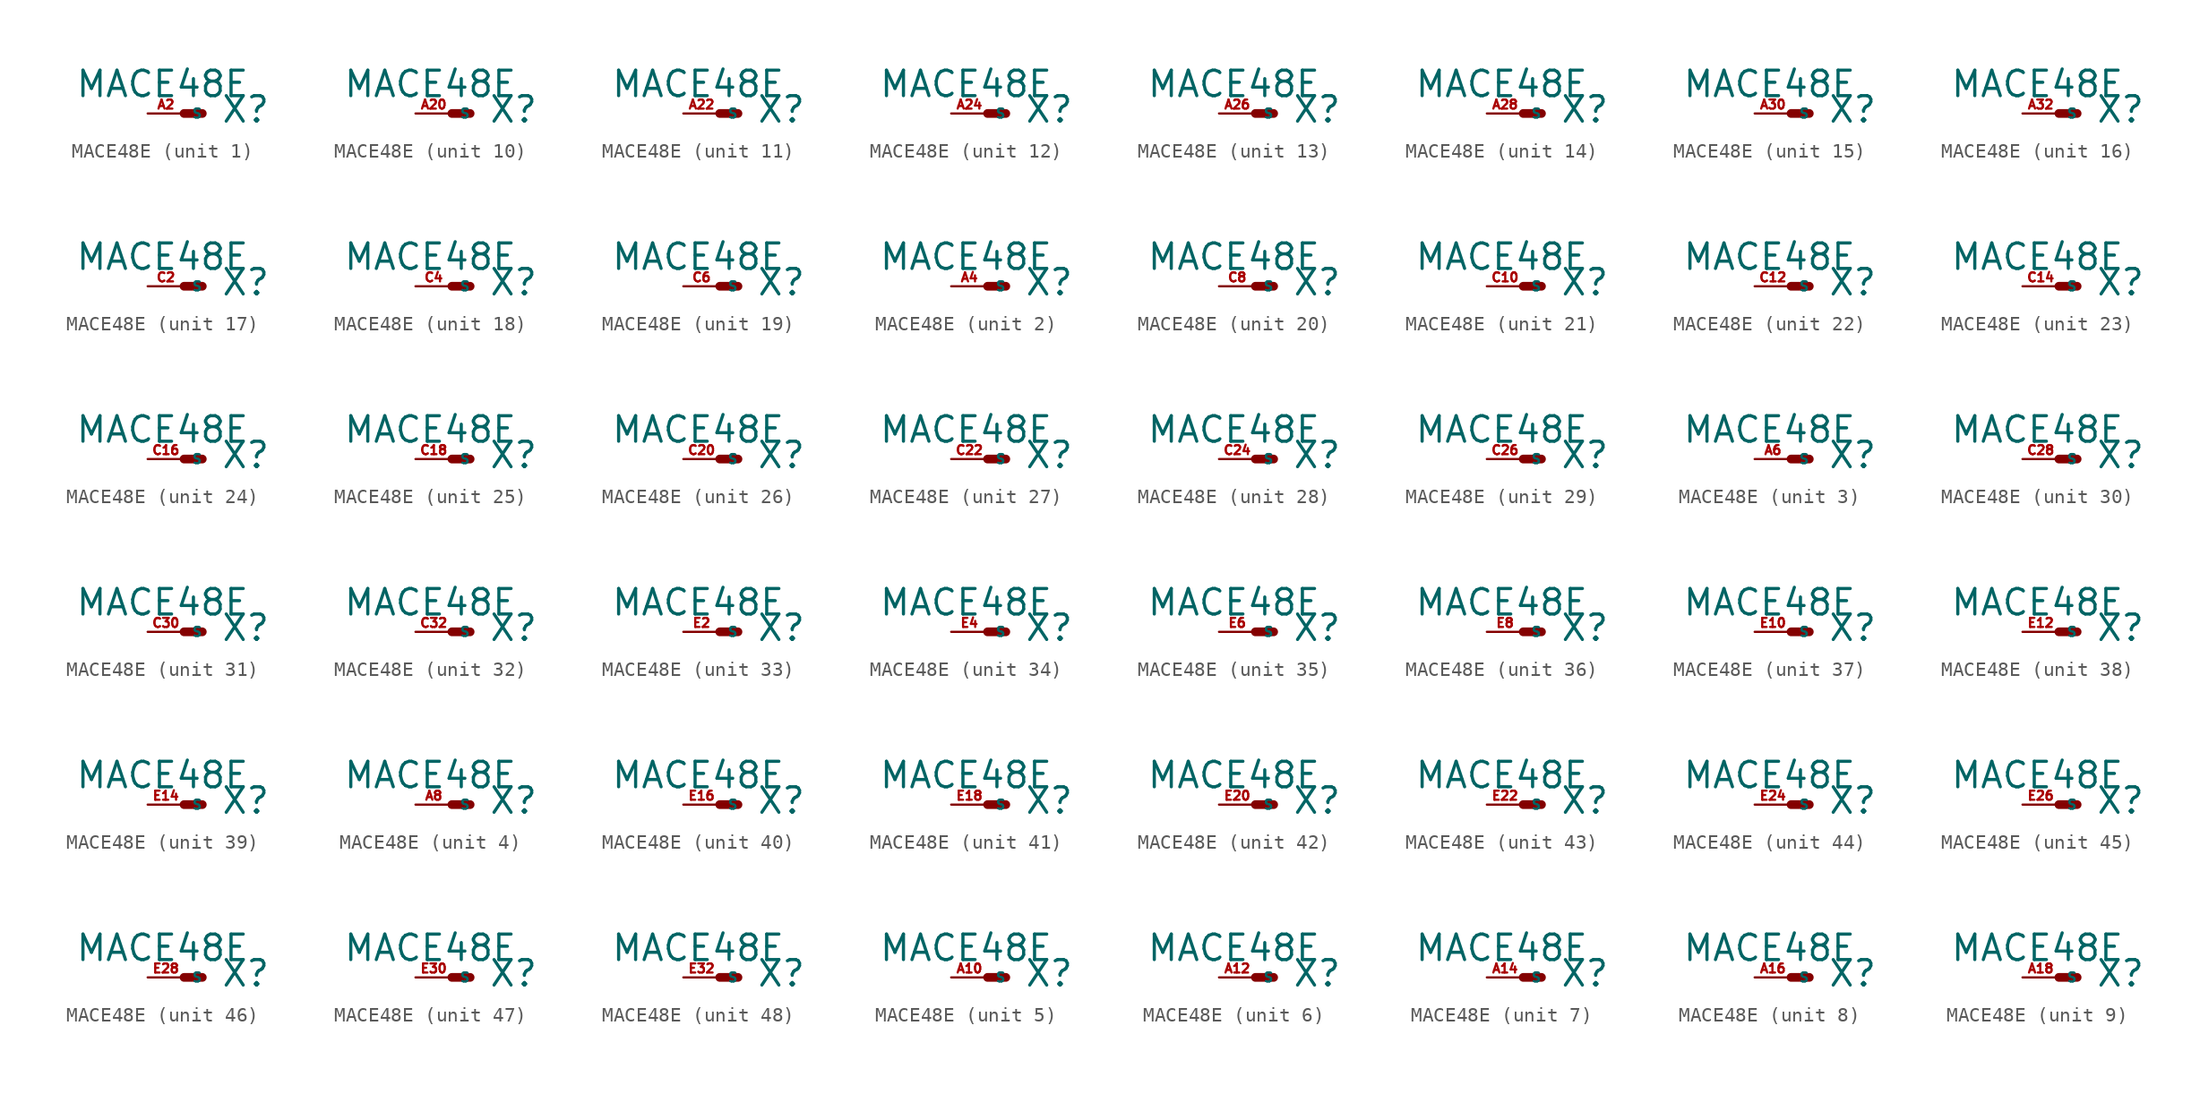
<source format=kicad_sym>
(kicad_symbol_lib
  (version 20220914)
  (generator Eagle2Kicad)
  (symbol "MACE48E"
    (property "Reference" "X"
      (at 2.54 -0.762 0)
      (effects (font (size 1.778 1.778) (thickness 0.22)) (justify left bottom)))
    (property "Value" "MACE48E"
      (at -7.62 1.016 0)
      (effects (font (size 1.778 1.778) (thickness 0.22)) (justify left bottom)))
    (symbol "MACE48E_1_0"
      (polyline (pts (xy 0 0) (xy 1.27 0)) (stroke (width 0.61) (type default)) (fill (type none)))
      (pin passive line (at -2.54 0 0) (length 2.54) (name "S" (effects (font (size 0.635 0.635) (thickness 0.08)) (justify left bottom))) (number "A2" (effects (font (size 0.635 0.635) (thickness 0.08)) (justify left bottom)))))
    (symbol "MACE48E_2_0"
      (polyline (pts (xy 0 0) (xy 1.27 0)) (stroke (width 0.61) (type default)) (fill (type none)))
      (pin passive line (at -2.54 0 0) (length 2.54) (name "S" (effects (font (size 0.635 0.635) (thickness 0.08)) (justify left bottom))) (number "A4" (effects (font (size 0.635 0.635) (thickness 0.08)) (justify left bottom)))))
    (symbol "MACE48E_3_0"
      (polyline (pts (xy 0 0) (xy 1.27 0)) (stroke (width 0.61) (type default)) (fill (type none)))
      (pin passive line (at -2.54 0 0) (length 2.54) (name "S" (effects (font (size 0.635 0.635) (thickness 0.08)) (justify left bottom))) (number "A6" (effects (font (size 0.635 0.635) (thickness 0.08)) (justify left bottom)))))
    (symbol "MACE48E_4_0"
      (polyline (pts (xy 0 0) (xy 1.27 0)) (stroke (width 0.61) (type default)) (fill (type none)))
      (pin passive line (at -2.54 0 0) (length 2.54) (name "S" (effects (font (size 0.635 0.635) (thickness 0.08)) (justify left bottom))) (number "A8" (effects (font (size 0.635 0.635) (thickness 0.08)) (justify left bottom)))))
    (symbol "MACE48E_5_0"
      (polyline (pts (xy 0 0) (xy 1.27 0)) (stroke (width 0.61) (type default)) (fill (type none)))
      (pin passive line (at -2.54 0 0) (length 2.54) (name "S" (effects (font (size 0.635 0.635) (thickness 0.08)) (justify left bottom))) (number "A10" (effects (font (size 0.635 0.635) (thickness 0.08)) (justify left bottom)))))
    (symbol "MACE48E_6_0"
      (polyline (pts (xy 0 0) (xy 1.27 0)) (stroke (width 0.61) (type default)) (fill (type none)))
      (pin passive line (at -2.54 0 0) (length 2.54) (name "S" (effects (font (size 0.635 0.635) (thickness 0.08)) (justify left bottom))) (number "A12" (effects (font (size 0.635 0.635) (thickness 0.08)) (justify left bottom)))))
    (symbol "MACE48E_7_0"
      (polyline (pts (xy 0 0) (xy 1.27 0)) (stroke (width 0.61) (type default)) (fill (type none)))
      (pin passive line (at -2.54 0 0) (length 2.54) (name "S" (effects (font (size 0.635 0.635) (thickness 0.08)) (justify left bottom))) (number "A14" (effects (font (size 0.635 0.635) (thickness 0.08)) (justify left bottom)))))
    (symbol "MACE48E_8_0"
      (polyline (pts (xy 0 0) (xy 1.27 0)) (stroke (width 0.61) (type default)) (fill (type none)))
      (pin passive line (at -2.54 0 0) (length 2.54) (name "S" (effects (font (size 0.635 0.635) (thickness 0.08)) (justify left bottom))) (number "A16" (effects (font (size 0.635 0.635) (thickness 0.08)) (justify left bottom)))))
    (symbol "MACE48E_9_0"
      (polyline (pts (xy 0 0) (xy 1.27 0)) (stroke (width 0.61) (type default)) (fill (type none)))
      (pin passive line (at -2.54 0 0) (length 2.54) (name "S" (effects (font (size 0.635 0.635) (thickness 0.08)) (justify left bottom))) (number "A18" (effects (font (size 0.635 0.635) (thickness 0.08)) (justify left bottom)))))
    (symbol "MACE48E_10_0"
      (polyline (pts (xy 0 0) (xy 1.27 0)) (stroke (width 0.61) (type default)) (fill (type none)))
      (pin passive line (at -2.54 0 0) (length 2.54) (name "S" (effects (font (size 0.635 0.635) (thickness 0.08)) (justify left bottom))) (number "A20" (effects (font (size 0.635 0.635) (thickness 0.08)) (justify left bottom)))))
    (symbol "MACE48E_11_0"
      (polyline (pts (xy 0 0) (xy 1.27 0)) (stroke (width 0.61) (type default)) (fill (type none)))
      (pin passive line (at -2.54 0 0) (length 2.54) (name "S" (effects (font (size 0.635 0.635) (thickness 0.08)) (justify left bottom))) (number "A22" (effects (font (size 0.635 0.635) (thickness 0.08)) (justify left bottom)))))
    (symbol "MACE48E_12_0"
      (polyline (pts (xy 0 0) (xy 1.27 0)) (stroke (width 0.61) (type default)) (fill (type none)))
      (pin passive line (at -2.54 0 0) (length 2.54) (name "S" (effects (font (size 0.635 0.635) (thickness 0.08)) (justify left bottom))) (number "A24" (effects (font (size 0.635 0.635) (thickness 0.08)) (justify left bottom)))))
    (symbol "MACE48E_13_0"
      (polyline (pts (xy 0 0) (xy 1.27 0)) (stroke (width 0.61) (type default)) (fill (type none)))
      (pin passive line (at -2.54 0 0) (length 2.54) (name "S" (effects (font (size 0.635 0.635) (thickness 0.08)) (justify left bottom))) (number "A26" (effects (font (size 0.635 0.635) (thickness 0.08)) (justify left bottom)))))
    (symbol "MACE48E_14_0"
      (polyline (pts (xy 0 0) (xy 1.27 0)) (stroke (width 0.61) (type default)) (fill (type none)))
      (pin passive line (at -2.54 0 0) (length 2.54) (name "S" (effects (font (size 0.635 0.635) (thickness 0.08)) (justify left bottom))) (number "A28" (effects (font (size 0.635 0.635) (thickness 0.08)) (justify left bottom)))))
    (symbol "MACE48E_15_0"
      (polyline (pts (xy 0 0) (xy 1.27 0)) (stroke (width 0.61) (type default)) (fill (type none)))
      (pin passive line (at -2.54 0 0) (length 2.54) (name "S" (effects (font (size 0.635 0.635) (thickness 0.08)) (justify left bottom))) (number "A30" (effects (font (size 0.635 0.635) (thickness 0.08)) (justify left bottom)))))
    (symbol "MACE48E_16_0"
      (polyline (pts (xy 0 0) (xy 1.27 0)) (stroke (width 0.61) (type default)) (fill (type none)))
      (pin passive line (at -2.54 0 0) (length 2.54) (name "S" (effects (font (size 0.635 0.635) (thickness 0.08)) (justify left bottom))) (number "A32" (effects (font (size 0.635 0.635) (thickness 0.08)) (justify left bottom)))))
    (symbol "MACE48E_17_0"
      (polyline (pts (xy 0 0) (xy 1.27 0)) (stroke (width 0.61) (type default)) (fill (type none)))
      (pin passive line (at -2.54 0 0) (length 2.54) (name "S" (effects (font (size 0.635 0.635) (thickness 0.08)) (justify left bottom))) (number "C2" (effects (font (size 0.635 0.635) (thickness 0.08)) (justify left bottom)))))
    (symbol "MACE48E_18_0"
      (polyline (pts (xy 0 0) (xy 1.27 0)) (stroke (width 0.61) (type default)) (fill (type none)))
      (pin passive line (at -2.54 0 0) (length 2.54) (name "S" (effects (font (size 0.635 0.635) (thickness 0.08)) (justify left bottom))) (number "C4" (effects (font (size 0.635 0.635) (thickness 0.08)) (justify left bottom)))))
    (symbol "MACE48E_19_0"
      (polyline (pts (xy 0 0) (xy 1.27 0)) (stroke (width 0.61) (type default)) (fill (type none)))
      (pin passive line (at -2.54 0 0) (length 2.54) (name "S" (effects (font (size 0.635 0.635) (thickness 0.08)) (justify left bottom))) (number "C6" (effects (font (size 0.635 0.635) (thickness 0.08)) (justify left bottom)))))
    (symbol "MACE48E_20_0"
      (polyline (pts (xy 0 0) (xy 1.27 0)) (stroke (width 0.61) (type default)) (fill (type none)))
      (pin passive line (at -2.54 0 0) (length 2.54) (name "S" (effects (font (size 0.635 0.635) (thickness 0.08)) (justify left bottom))) (number "C8" (effects (font (size 0.635 0.635) (thickness 0.08)) (justify left bottom)))))
    (symbol "MACE48E_21_0"
      (polyline (pts (xy 0 0) (xy 1.27 0)) (stroke (width 0.61) (type default)) (fill (type none)))
      (pin passive line (at -2.54 0 0) (length 2.54) (name "S" (effects (font (size 0.635 0.635) (thickness 0.08)) (justify left bottom))) (number "C10" (effects (font (size 0.635 0.635) (thickness 0.08)) (justify left bottom)))))
    (symbol "MACE48E_22_0"
      (polyline (pts (xy 0 0) (xy 1.27 0)) (stroke (width 0.61) (type default)) (fill (type none)))
      (pin passive line (at -2.54 0 0) (length 2.54) (name "S" (effects (font (size 0.635 0.635) (thickness 0.08)) (justify left bottom))) (number "C12" (effects (font (size 0.635 0.635) (thickness 0.08)) (justify left bottom)))))
    (symbol "MACE48E_23_0"
      (polyline (pts (xy 0 0) (xy 1.27 0)) (stroke (width 0.61) (type default)) (fill (type none)))
      (pin passive line (at -2.54 0 0) (length 2.54) (name "S" (effects (font (size 0.635 0.635) (thickness 0.08)) (justify left bottom))) (number "C14" (effects (font (size 0.635 0.635) (thickness 0.08)) (justify left bottom)))))
    (symbol "MACE48E_24_0"
      (polyline (pts (xy 0 0) (xy 1.27 0)) (stroke (width 0.61) (type default)) (fill (type none)))
      (pin passive line (at -2.54 0 0) (length 2.54) (name "S" (effects (font (size 0.635 0.635) (thickness 0.08)) (justify left bottom))) (number "C16" (effects (font (size 0.635 0.635) (thickness 0.08)) (justify left bottom)))))
    (symbol "MACE48E_25_0"
      (polyline (pts (xy 0 0) (xy 1.27 0)) (stroke (width 0.61) (type default)) (fill (type none)))
      (pin passive line (at -2.54 0 0) (length 2.54) (name "S" (effects (font (size 0.635 0.635) (thickness 0.08)) (justify left bottom))) (number "C18" (effects (font (size 0.635 0.635) (thickness 0.08)) (justify left bottom)))))
    (symbol "MACE48E_26_0"
      (polyline (pts (xy 0 0) (xy 1.27 0)) (stroke (width 0.61) (type default)) (fill (type none)))
      (pin passive line (at -2.54 0 0) (length 2.54) (name "S" (effects (font (size 0.635 0.635) (thickness 0.08)) (justify left bottom))) (number "C20" (effects (font (size 0.635 0.635) (thickness 0.08)) (justify left bottom)))))
    (symbol "MACE48E_27_0"
      (polyline (pts (xy 0 0) (xy 1.27 0)) (stroke (width 0.61) (type default)) (fill (type none)))
      (pin passive line (at -2.54 0 0) (length 2.54) (name "S" (effects (font (size 0.635 0.635) (thickness 0.08)) (justify left bottom))) (number "C22" (effects (font (size 0.635 0.635) (thickness 0.08)) (justify left bottom)))))
    (symbol "MACE48E_28_0"
      (polyline (pts (xy 0 0) (xy 1.27 0)) (stroke (width 0.61) (type default)) (fill (type none)))
      (pin passive line (at -2.54 0 0) (length 2.54) (name "S" (effects (font (size 0.635 0.635) (thickness 0.08)) (justify left bottom))) (number "C24" (effects (font (size 0.635 0.635) (thickness 0.08)) (justify left bottom)))))
    (symbol "MACE48E_29_0"
      (polyline (pts (xy 0 0) (xy 1.27 0)) (stroke (width 0.61) (type default)) (fill (type none)))
      (pin passive line (at -2.54 0 0) (length 2.54) (name "S" (effects (font (size 0.635 0.635) (thickness 0.08)) (justify left bottom))) (number "C26" (effects (font (size 0.635 0.635) (thickness 0.08)) (justify left bottom)))))
    (symbol "MACE48E_30_0"
      (polyline (pts (xy 0 0) (xy 1.27 0)) (stroke (width 0.61) (type default)) (fill (type none)))
      (pin passive line (at -2.54 0 0) (length 2.54) (name "S" (effects (font (size 0.635 0.635) (thickness 0.08)) (justify left bottom))) (number "C28" (effects (font (size 0.635 0.635) (thickness 0.08)) (justify left bottom)))))
    (symbol "MACE48E_31_0"
      (polyline (pts (xy 0 0) (xy 1.27 0)) (stroke (width 0.61) (type default)) (fill (type none)))
      (pin passive line (at -2.54 0 0) (length 2.54) (name "S" (effects (font (size 0.635 0.635) (thickness 0.08)) (justify left bottom))) (number "C30" (effects (font (size 0.635 0.635) (thickness 0.08)) (justify left bottom)))))
    (symbol "MACE48E_32_0"
      (polyline (pts (xy 0 0) (xy 1.27 0)) (stroke (width 0.61) (type default)) (fill (type none)))
      (pin passive line (at -2.54 0 0) (length 2.54) (name "S" (effects (font (size 0.635 0.635) (thickness 0.08)) (justify left bottom))) (number "C32" (effects (font (size 0.635 0.635) (thickness 0.08)) (justify left bottom)))))
    (symbol "MACE48E_33_0"
      (polyline (pts (xy 0 0) (xy 1.27 0)) (stroke (width 0.61) (type default)) (fill (type none)))
      (pin passive line (at -2.54 0 0) (length 2.54) (name "S" (effects (font (size 0.635 0.635) (thickness 0.08)) (justify left bottom))) (number "E2" (effects (font (size 0.635 0.635) (thickness 0.08)) (justify left bottom)))))
    (symbol "MACE48E_34_0"
      (polyline (pts (xy 0 0) (xy 1.27 0)) (stroke (width 0.61) (type default)) (fill (type none)))
      (pin passive line (at -2.54 0 0) (length 2.54) (name "S" (effects (font (size 0.635 0.635) (thickness 0.08)) (justify left bottom))) (number "E4" (effects (font (size 0.635 0.635) (thickness 0.08)) (justify left bottom)))))
    (symbol "MACE48E_35_0"
      (polyline (pts (xy 0 0) (xy 1.27 0)) (stroke (width 0.61) (type default)) (fill (type none)))
      (pin passive line (at -2.54 0 0) (length 2.54) (name "S" (effects (font (size 0.635 0.635) (thickness 0.08)) (justify left bottom))) (number "E6" (effects (font (size 0.635 0.635) (thickness 0.08)) (justify left bottom)))))
    (symbol "MACE48E_36_0"
      (polyline (pts (xy 0 0) (xy 1.27 0)) (stroke (width 0.61) (type default)) (fill (type none)))
      (pin passive line (at -2.54 0 0) (length 2.54) (name "S" (effects (font (size 0.635 0.635) (thickness 0.08)) (justify left bottom))) (number "E8" (effects (font (size 0.635 0.635) (thickness 0.08)) (justify left bottom)))))
    (symbol "MACE48E_37_0"
      (polyline (pts (xy 0 0) (xy 1.27 0)) (stroke (width 0.61) (type default)) (fill (type none)))
      (pin passive line (at -2.54 0 0) (length 2.54) (name "S" (effects (font (size 0.635 0.635) (thickness 0.08)) (justify left bottom))) (number "E10" (effects (font (size 0.635 0.635) (thickness 0.08)) (justify left bottom)))))
    (symbol "MACE48E_38_0"
      (polyline (pts (xy 0 0) (xy 1.27 0)) (stroke (width 0.61) (type default)) (fill (type none)))
      (pin passive line (at -2.54 0 0) (length 2.54) (name "S" (effects (font (size 0.635 0.635) (thickness 0.08)) (justify left bottom))) (number "E12" (effects (font (size 0.635 0.635) (thickness 0.08)) (justify left bottom)))))
    (symbol "MACE48E_39_0"
      (polyline (pts (xy 0 0) (xy 1.27 0)) (stroke (width 0.61) (type default)) (fill (type none)))
      (pin passive line (at -2.54 0 0) (length 2.54) (name "S" (effects (font (size 0.635 0.635) (thickness 0.08)) (justify left bottom))) (number "E14" (effects (font (size 0.635 0.635) (thickness 0.08)) (justify left bottom)))))
    (symbol "MACE48E_40_0"
      (polyline (pts (xy 0 0) (xy 1.27 0)) (stroke (width 0.61) (type default)) (fill (type none)))
      (pin passive line (at -2.54 0 0) (length 2.54) (name "S" (effects (font (size 0.635 0.635) (thickness 0.08)) (justify left bottom))) (number "E16" (effects (font (size 0.635 0.635) (thickness 0.08)) (justify left bottom)))))
    (symbol "MACE48E_41_0"
      (polyline (pts (xy 0 0) (xy 1.27 0)) (stroke (width 0.61) (type default)) (fill (type none)))
      (pin passive line (at -2.54 0 0) (length 2.54) (name "S" (effects (font (size 0.635 0.635) (thickness 0.08)) (justify left bottom))) (number "E18" (effects (font (size 0.635 0.635) (thickness 0.08)) (justify left bottom)))))
    (symbol "MACE48E_42_0"
      (polyline (pts (xy 0 0) (xy 1.27 0)) (stroke (width 0.61) (type default)) (fill (type none)))
      (pin passive line (at -2.54 0 0) (length 2.54) (name "S" (effects (font (size 0.635 0.635) (thickness 0.08)) (justify left bottom))) (number "E20" (effects (font (size 0.635 0.635) (thickness 0.08)) (justify left bottom)))))
    (symbol "MACE48E_43_0"
      (polyline (pts (xy 0 0) (xy 1.27 0)) (stroke (width 0.61) (type default)) (fill (type none)))
      (pin passive line (at -2.54 0 0) (length 2.54) (name "S" (effects (font (size 0.635 0.635) (thickness 0.08)) (justify left bottom))) (number "E22" (effects (font (size 0.635 0.635) (thickness 0.08)) (justify left bottom)))))
    (symbol "MACE48E_44_0"
      (polyline (pts (xy 0 0) (xy 1.27 0)) (stroke (width 0.61) (type default)) (fill (type none)))
      (pin passive line (at -2.54 0 0) (length 2.54) (name "S" (effects (font (size 0.635 0.635) (thickness 0.08)) (justify left bottom))) (number "E24" (effects (font (size 0.635 0.635) (thickness 0.08)) (justify left bottom)))))
    (symbol "MACE48E_45_0"
      (polyline (pts (xy 0 0) (xy 1.27 0)) (stroke (width 0.61) (type default)) (fill (type none)))
      (pin passive line (at -2.54 0 0) (length 2.54) (name "S" (effects (font (size 0.635 0.635) (thickness 0.08)) (justify left bottom))) (number "E26" (effects (font (size 0.635 0.635) (thickness 0.08)) (justify left bottom)))))
    (symbol "MACE48E_46_0"
      (polyline (pts (xy 0 0) (xy 1.27 0)) (stroke (width 0.61) (type default)) (fill (type none)))
      (pin passive line (at -2.54 0 0) (length 2.54) (name "S" (effects (font (size 0.635 0.635) (thickness 0.08)) (justify left bottom))) (number "E28" (effects (font (size 0.635 0.635) (thickness 0.08)) (justify left bottom)))))
    (symbol "MACE48E_47_0"
      (polyline (pts (xy 0 0) (xy 1.27 0)) (stroke (width 0.61) (type default)) (fill (type none)))
      (pin passive line (at -2.54 0 0) (length 2.54) (name "S" (effects (font (size 0.635 0.635) (thickness 0.08)) (justify left bottom))) (number "E30" (effects (font (size 0.635 0.635) (thickness 0.08)) (justify left bottom)))))
    (symbol "MACE48E_48_0"
      (polyline (pts (xy 0 0) (xy 1.27 0)) (stroke (width 0.61) (type default)) (fill (type none)))
      (pin passive line (at -2.54 0 0) (length 2.54) (name "S" (effects (font (size 0.635 0.635) (thickness 0.08)) (justify left bottom))) (number "E32" (effects (font (size 0.635 0.635) (thickness 0.08)) (justify left bottom)))))))
</source>
